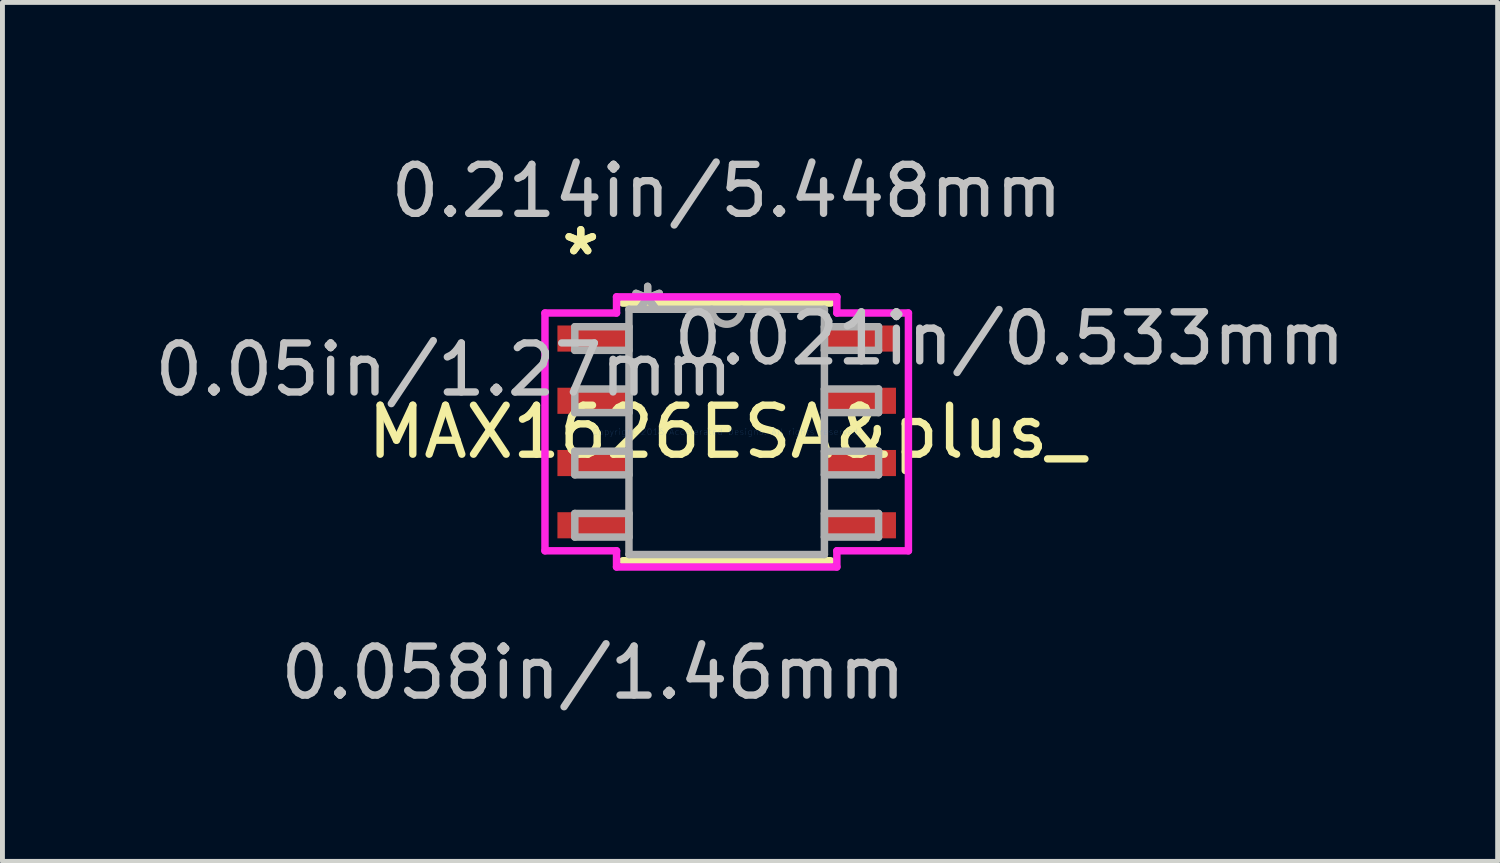
<source format=kicad_pcb>
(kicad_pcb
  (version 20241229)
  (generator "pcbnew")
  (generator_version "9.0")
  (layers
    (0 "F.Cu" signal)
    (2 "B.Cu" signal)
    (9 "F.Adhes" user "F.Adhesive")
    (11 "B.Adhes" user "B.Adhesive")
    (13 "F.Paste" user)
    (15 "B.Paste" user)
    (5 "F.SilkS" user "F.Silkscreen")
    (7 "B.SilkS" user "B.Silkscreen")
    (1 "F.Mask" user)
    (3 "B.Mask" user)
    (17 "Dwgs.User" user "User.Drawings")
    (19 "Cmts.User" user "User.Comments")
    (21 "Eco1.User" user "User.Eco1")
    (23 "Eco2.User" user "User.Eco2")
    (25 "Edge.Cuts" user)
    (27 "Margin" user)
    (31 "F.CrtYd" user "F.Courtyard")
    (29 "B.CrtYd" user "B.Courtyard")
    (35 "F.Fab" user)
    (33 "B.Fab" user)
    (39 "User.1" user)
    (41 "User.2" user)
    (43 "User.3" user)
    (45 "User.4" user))
  (footprint "MAX1626ESA&plus_"
    (layer "F.Cu")
    (at 11.778 5.763)
    (property "Reference" "MAX1626ESA&plus_" (at 0 0 0) (layer "F.SilkS") (effects (font (size 1 1) (thickness 0.15))))
    (attr through_hole)
    (fp_line (start -2.121 2.629) (end 2.121 2.629) (stroke (width 0.152) (type solid)) (layer "F.SilkS"))
    (fp_line (start 2.121 -2.629) (end -2.121 -2.629) (stroke (width 0.152) (type solid)) (layer "F.SilkS"))
    (fp_line (start -3.708 -2.426) (end -2.248 -2.426) (stroke (width 0.152) (type solid)) (layer "F.CrtYd"))
    (fp_line (start -3.708 2.426) (end -3.708 -2.426) (stroke (width 0.152) (type solid)) (layer "F.CrtYd"))
    (fp_line (start -2.248 -2.756) (end 2.248 -2.756) (stroke (width 0.152) (type solid)) (layer "F.CrtYd"))
    (fp_line (start -2.248 -2.426) (end -2.248 -2.756) (stroke (width 0.152) (type solid)) (layer "F.CrtYd"))
    (fp_line (start -2.248 2.426) (end -3.708 2.426) (stroke (width 0.152) (type solid)) (layer "F.CrtYd"))
    (fp_line (start -2.248 2.756) (end -2.248 2.426) (stroke (width 0.152) (type solid)) (layer "F.CrtYd"))
    (fp_line (start 2.248 -2.756) (end 2.248 -2.426) (stroke (width 0.152) (type solid)) (layer "F.CrtYd"))
    (fp_line (start 2.248 -2.426) (end 3.708 -2.426) (stroke (width 0.152) (type solid)) (layer "F.CrtYd"))
    (fp_line (start 2.248 2.426) (end 2.248 2.756) (stroke (width 0.152) (type solid)) (layer "F.CrtYd"))
    (fp_line (start 2.248 2.756) (end -2.248 2.756) (stroke (width 0.152) (type solid)) (layer "F.CrtYd"))
    (fp_line (start 3.708 -2.426) (end 3.708 2.426) (stroke (width 0.152) (type solid)) (layer "F.CrtYd"))
    (fp_line (start 3.708 2.426) (end 2.248 2.426) (stroke (width 0.152) (type solid)) (layer "F.CrtYd"))
    (fp_line (start -3.099 -2.146) (end -3.099 -1.664) (stroke (width 0.152) (type solid)) (layer "F.Fab"))
    (fp_line (start -3.099 -1.664) (end -1.994 -1.664) (stroke (width 0.152) (type solid)) (layer "F.Fab"))
    (fp_line (start -3.099 -0.876) (end -3.099 -0.394) (stroke (width 0.152) (type solid)) (layer "F.Fab"))
    (fp_line (start -3.099 -0.394) (end -1.994 -0.394) (stroke (width 0.152) (type solid)) (layer "F.Fab"))
    (fp_line (start -3.099 0.394) (end -3.099 0.876) (stroke (width 0.152) (type solid)) (layer "F.Fab"))
    (fp_line (start -3.099 0.876) (end -1.994 0.876) (stroke (width 0.152) (type solid)) (layer "F.Fab"))
    (fp_line (start -3.099 1.664) (end -3.099 2.146) (stroke (width 0.152) (type solid)) (layer "F.Fab"))
    (fp_line (start -3.099 2.146) (end -1.994 2.146) (stroke (width 0.152) (type solid)) (layer "F.Fab"))
    (fp_line (start -1.994 -2.502) (end -1.994 2.502) (stroke (width 0.152) (type solid)) (layer "F.Fab"))
    (fp_line (start -1.994 -2.146) (end -3.099 -2.146) (stroke (width 0.152) (type solid)) (layer "F.Fab"))
    (fp_line (start -1.994 -1.664) (end -1.994 -2.146) (stroke (width 0.152) (type solid)) (layer "F.Fab"))
    (fp_line (start -1.994 -0.876) (end -3.099 -0.876) (stroke (width 0.152) (type solid)) (layer "F.Fab"))
    (fp_line (start -1.994 -0.394) (end -1.994 -0.876) (stroke (width 0.152) (type solid)) (layer "F.Fab"))
    (fp_line (start -1.994 0.394) (end -3.099 0.394) (stroke (width 0.152) (type solid)) (layer "F.Fab"))
    (fp_line (start -1.994 0.876) (end -1.994 0.394) (stroke (width 0.152) (type solid)) (layer "F.Fab"))
    (fp_line (start -1.994 1.664) (end -3.099 1.664) (stroke (width 0.152) (type solid)) (layer "F.Fab"))
    (fp_line (start -1.994 2.146) (end -1.994 1.664) (stroke (width 0.152) (type solid)) (layer "F.Fab"))
    (fp_line (start -1.994 2.502) (end 1.994 2.502) (stroke (width 0.152) (type solid)) (layer "F.Fab"))
    (fp_line (start 1.994 -2.502) (end -1.994 -2.502) (stroke (width 0.152) (type solid)) (layer "F.Fab"))
    (fp_line (start 1.994 -2.146) (end 1.994 -1.664) (stroke (width 0.152) (type solid)) (layer "F.Fab"))
    (fp_line (start 1.994 -1.664) (end 3.099 -1.664) (stroke (width 0.152) (type solid)) (layer "F.Fab"))
    (fp_line (start 1.994 -0.876) (end 1.994 -0.394) (stroke (width 0.152) (type solid)) (layer "F.Fab"))
    (fp_line (start 1.994 -0.394) (end 3.099 -0.394) (stroke (width 0.152) (type solid)) (layer "F.Fab"))
    (fp_line (start 1.994 0.394) (end 1.994 0.876) (stroke (width 0.152) (type solid)) (layer "F.Fab"))
    (fp_line (start 1.994 0.876) (end 3.099 0.876) (stroke (width 0.152) (type solid)) (layer "F.Fab"))
    (fp_line (start 1.994 1.664) (end 1.994 2.146) (stroke (width 0.152) (type solid)) (layer "F.Fab"))
    (fp_line (start 1.994 2.146) (end 3.099 2.146) (stroke (width 0.152) (type solid)) (layer "F.Fab"))
    (fp_line (start 1.994 2.502) (end 1.994 -2.502) (stroke (width 0.152) (type solid)) (layer "F.Fab"))
    (fp_line (start 3.099 -2.146) (end 1.994 -2.146) (stroke (width 0.152) (type solid)) (layer "F.Fab"))
    (fp_line (start 3.099 -1.664) (end 3.099 -2.146) (stroke (width 0.152) (type solid)) (layer "F.Fab"))
    (fp_line (start 3.099 -0.876) (end 1.994 -0.876) (stroke (width 0.152) (type solid)) (layer "F.Fab"))
    (fp_line (start 3.099 -0.394) (end 3.099 -0.876) (stroke (width 0.152) (type solid)) (layer "F.Fab"))
    (fp_line (start 3.099 0.394) (end 1.994 0.394) (stroke (width 0.152) (type solid)) (layer "F.Fab"))
    (fp_line (start 3.099 0.876) (end 3.099 0.394) (stroke (width 0.152) (type solid)) (layer "F.Fab"))
    (fp_line (start 3.099 1.664) (end 1.994 1.664) (stroke (width 0.152) (type solid)) (layer "F.Fab"))
    (fp_line (start 3.099 2.146) (end 3.099 1.664) (stroke (width 0.152) (type solid)) (layer "F.Fab"))
    (fp_arc (start 0.3048 -2.5019) (mid 0 -2.1971) (end -0.3048 -2.5019) (stroke (width 0.1524) (type solid)) (layer "F.Fab"))
    (fp_text user "*" (at -2.978 -3.581 0) (layer "F.SilkS") (effects (font (size 1 1) (thickness 0.15))))
    (fp_text user "*" (at -2.978 -3.581 0) (layer "F.SilkS") (effects (font (size 1 1) (thickness 0.15))))
    (fp_text user "0.021in/0.533mm" (at 5.772 -1.905 0) (layer "Dwgs.User") (effects (font (size 1 1) (thickness 0.15))))
    (fp_text user "0.058in/1.46mm" (at -2.724 4.915 0) (layer "Dwgs.User") (effects (font (size 1 1) (thickness 0.15))))
    (fp_text user "0.05in/1.27mm" (at -5.772 -1.27 0) (layer "Dwgs.User") (effects (font (size 1 1) (thickness 0.15))))
    (fp_text user "0.214in/5.448mm" (at 0 -4.915 0) (layer "Dwgs.User") (effects (font (size 1 1) (thickness 0.15))))
    (fp_text user "Copyright 2016 Accelerated Designs. All rights reserved." (at 0 0 0) (layer "Cmts.User") (effects (font (size 0.127 0.127) (thickness 0.002))))
    (fp_text user "*" (at -1.613 -2.426 0) (layer "F.Fab") (effects (font (size 1 1) (thickness 0.15))))
    (fp_text user "*" (at -1.613 -2.426 0) (layer "F.Fab") (effects (font (size 1 1) (thickness 0.15))))
    (pad "1" smd rect (at -2.724 -1.905) (size 1.46 0.533) (layers "F.Cu" "F.Mask" "F.Paste"))
    (pad "2" smd rect (at -2.724 -0.635) (size 1.46 0.533) (layers "F.Cu" "F.Mask" "F.Paste"))
    (pad "3" smd rect (at -2.724 0.635) (size 1.46 0.533) (layers "F.Cu" "F.Mask" "F.Paste"))
    (pad "4" smd rect (at -2.724 1.905) (size 1.46 0.533) (layers "F.Cu" "F.Mask" "F.Paste"))
    (pad "5" smd rect (at 2.724 1.905) (size 1.46 0.533) (layers "F.Cu" "F.Mask" "F.Paste"))
    (pad "6" smd rect (at 2.724 0.635) (size 1.46 0.533) (layers "F.Cu" "F.Mask" "F.Paste"))
    (pad "7" smd rect (at 2.724 -0.635) (size 1.46 0.533) (layers "F.Cu" "F.Mask" "F.Paste"))
    (pad "8" smd rect (at 2.724 -1.905) (size 1.46 0.533) (layers "F.Cu" "F.Mask" "F.Paste")))
  (gr_rect
    (start -3 -3)
    (end 27.509 14.526)
    (stroke (width 0.1) (type default))
    (fill no)
    (layer "Edge.Cuts")))
</source>
